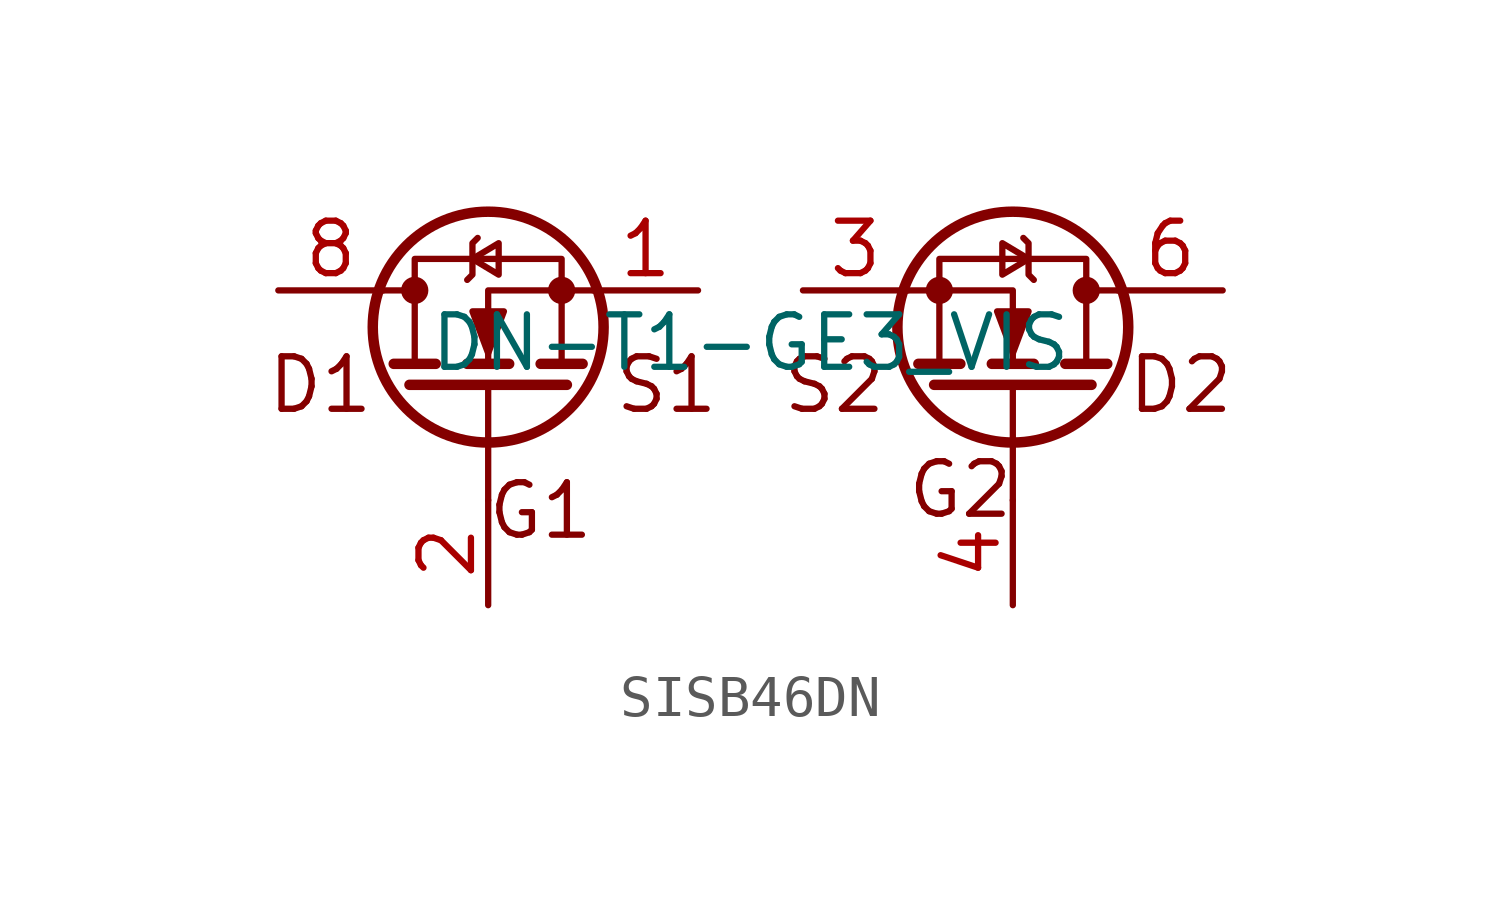
<source format=kicad_sym>
(kicad_symbol_lib
  (version 20241209)
  (generator "kicad_symbol_editor")
  (generator_version "9.0")
  (symbol "SISB46DN"
    (property "Reference" "J"
      (at -1.905 -6.985 0)
      (effects (font (size 1.27 1.27)) (hide yes)))
    (property "Value" "DN-T1-GE3_VIS"
      (at 0 0 0)
      (effects (font (size 1.27 1.27))))
    (symbol "SISB46DN_0_1"
      (polyline (pts (xy -8.89 1.27) (xy -8.128 1.27)) (stroke (width 0) (type default)) (fill (type none)))
      (polyline (pts (xy -8.636 -0.508) (xy -7.62 -0.508)) (stroke (width 0.254) (type default)) (fill (type none)))
      (polyline (pts (xy -8.255 -1.016) (xy -4.445 -1.016)) (stroke (width 0.254) (type default)) (fill (type none)))
      (circle (center -8.128 1.27) (radius 0.254) (stroke (width 0) (type default)) (fill (type outline)))
      (polyline (pts (xy -6.858 1.524) (xy -6.731 1.651) (xy -6.731 2.413) (xy -6.604 2.54)) (stroke (width 0) (type default)) (fill (type none)))
      (polyline (pts (xy -6.858 -0.508) (xy -5.842 -0.508)) (stroke (width 0.254) (type default)) (fill (type none)))
      (polyline (pts (xy -6.731 2.032) (xy -6.096 1.651) (xy -6.096 2.413) (xy -6.731 2.032)) (stroke (width 0) (type default)) (fill (type none)))
      (circle (center -6.35 0.381) (radius 2.794) (stroke (width 0.254) (type default)) (fill (type none)))
      (polyline (pts (xy -6.35 -0.254) (xy -6.731 0.762) (xy -5.969 0.762) (xy -6.35 -0.254)) (stroke (width 0) (type default)) (fill (type outline)))
      (polyline (pts (xy -6.35 -1.016) (xy -6.35 -3.81)) (stroke (width 0) (type default)) (fill (type none)))
      (polyline (pts (xy -5.08 -0.508) (xy -4.064 -0.508)) (stroke (width 0.254) (type default)) (fill (type none)))
      (circle (center -4.572 1.27) (radius 0.254) (stroke (width 0) (type default)) (fill (type outline)))
      (polyline (pts (xy -4.572 -0.508) (xy -4.572 2.032) (xy -8.128 2.032) (xy -8.128 -0.508)) (stroke (width 0) (type default)) (fill (type none)))
      (polyline (pts (xy -3.81 1.27) (xy -6.35 1.27) (xy -6.35 -0.508)) (stroke (width 0) (type default)) (fill (type none)))
      (polyline (pts (xy 3.81 1.27) (xy 6.35 1.27) (xy 6.35 -0.508)) (stroke (width 0) (type default)) (fill (type none)))
      (circle (center 4.572 1.27) (radius 0.254) (stroke (width 0) (type default)) (fill (type outline)))
      (polyline (pts (xy 4.572 -0.508) (xy 4.572 2.032) (xy 8.128 2.032) (xy 8.128 -0.508)) (stroke (width 0) (type default)) (fill (type none)))
      (polyline (pts (xy 5.08 -0.508) (xy 4.064 -0.508)) (stroke (width 0.254) (type default)) (fill (type none)))
      (circle (center 6.35 0.381) (radius 2.794) (stroke (width 0.254) (type default)) (fill (type none)))
      (polyline (pts (xy 6.35 -0.254) (xy 6.731 0.762) (xy 5.969 0.762) (xy 6.35 -0.254)) (stroke (width 0) (type default)) (fill (type outline)))
      (polyline (pts (xy 6.35 -1.016) (xy 6.35 -3.81)) (stroke (width 0) (type default)) (fill (type none)))
      (polyline (pts (xy 6.731 2.032) (xy 6.096 1.651) (xy 6.096 2.413) (xy 6.731 2.032)) (stroke (width 0) (type default)) (fill (type none)))
      (polyline (pts (xy 6.858 1.524) (xy 6.731 1.651) (xy 6.731 2.413) (xy 6.604 2.54)) (stroke (width 0) (type default)) (fill (type none)))
      (polyline (pts (xy 6.858 -0.508) (xy 5.842 -0.508)) (stroke (width 0.254) (type default)) (fill (type none)))
      (circle (center 8.128 1.27) (radius 0.254) (stroke (width 0) (type default)) (fill (type outline)))
      (polyline (pts (xy 8.255 -1.016) (xy 4.445 -1.016)) (stroke (width 0.254) (type default)) (fill (type none)))
      (polyline (pts (xy 8.636 -0.508) (xy 7.62 -0.508)) (stroke (width 0.254) (type default)) (fill (type none)))
      (polyline (pts (xy 8.89 1.27) (xy 8.128 1.27)) (stroke (width 0) (type default)) (fill (type none))))
    (symbol "SISB46DN_1_1"
      (text "D1" (at -10.414 -1.016 0) (effects (font (size 1.27 1.27))))
      (text "G1" (at -5.08 -4.064 0) (effects (font (size 1.27 1.27))))
      (text "S1" (at -2.032 -1.016 0) (effects (font (size 1.27 1.27))))
      (text "S2" (at 2.032 -1.016 0) (effects (font (size 1.27 1.27))))
      (text "G2" (at 5.08 -3.556 0) (effects (font (size 1.27 1.27))))
      (text "D2" (at 10.414 -1.016 0) (effects (font (size 1.27 1.27))))
      (pin passive line (at -11.43 1.27 0) (length 2.54) (hide yes) (name "" (effects (font (size 1.27 1.27)))) (number "7" (effects (font (size 1.27 1.27)))))
      (pin power_in line (at -11.43 1.27 0) (length 2.54) (name "" (effects (font (size 1.27 1.27)))) (number "8" (effects (font (size 1.27 1.27)))))
      (pin input line (at -6.35 -6.35 90) (length 2.54) (name "" (effects (font (size 1.27 1.27)))) (number "2" (effects (font (size 1.27 1.27)))))
      (pin passive line (at -1.27 1.27 180) (length 2.54) (name "" (effects (font (size 1.27 1.27)))) (number "1" (effects (font (size 1.27 1.27)))))
      (pin passive line (at 1.27 1.27 0) (length 2.54) (name "" (effects (font (size 1.27 1.27)))) (number "3" (effects (font (size 1.27 1.27)))))
      (pin input line (at 6.35 -6.35 90) (length 2.54) (name "" (effects (font (size 1.27 1.27)))) (number "4" (effects (font (size 1.27 1.27)))))
      (pin passive line (at 11.43 1.27 180) (length 2.54) (hide yes) (name "" (effects (font (size 1.27 1.27)))) (number "5" (effects (font (size 1.27 1.27)))))
      (pin power_out line (at 11.43 1.27 180) (length 2.54) (name "" (effects (font (size 1.27 1.27)))) (number "6" (effects (font (size 1.27 1.27))))))))
</source>
